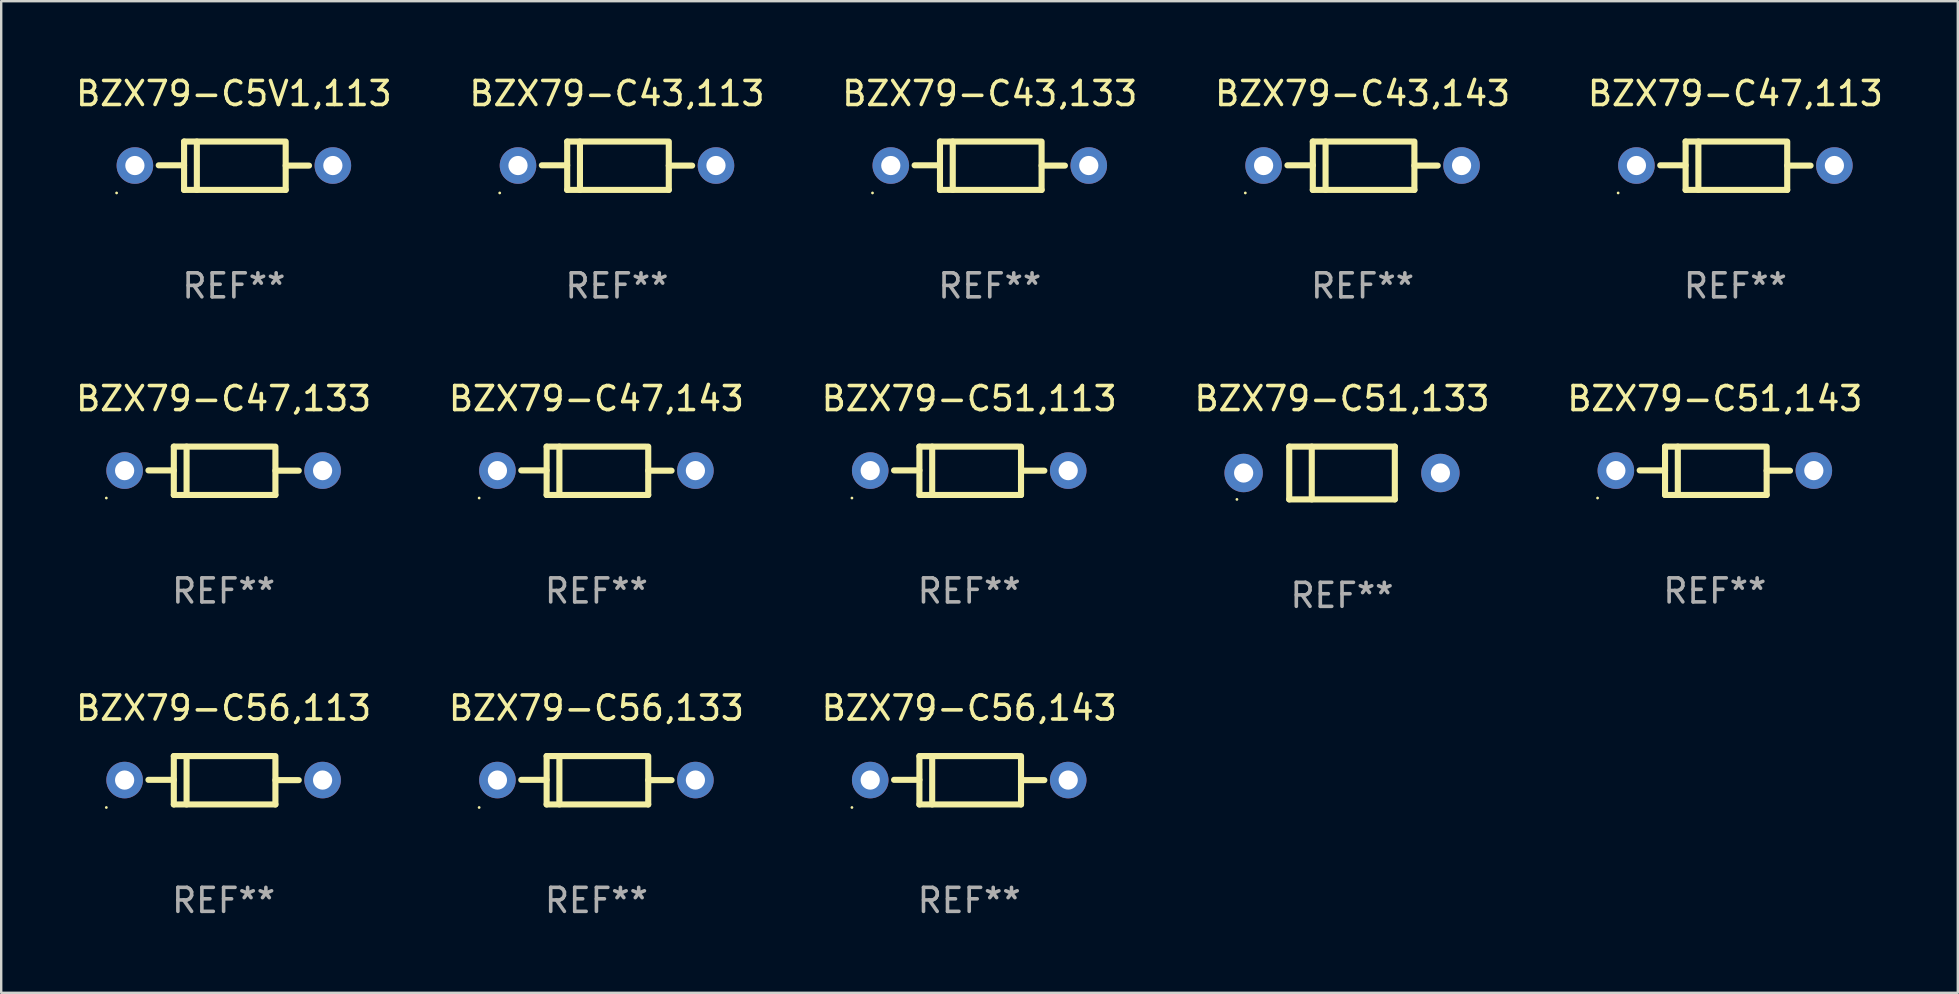
<source format=kicad_pcb>
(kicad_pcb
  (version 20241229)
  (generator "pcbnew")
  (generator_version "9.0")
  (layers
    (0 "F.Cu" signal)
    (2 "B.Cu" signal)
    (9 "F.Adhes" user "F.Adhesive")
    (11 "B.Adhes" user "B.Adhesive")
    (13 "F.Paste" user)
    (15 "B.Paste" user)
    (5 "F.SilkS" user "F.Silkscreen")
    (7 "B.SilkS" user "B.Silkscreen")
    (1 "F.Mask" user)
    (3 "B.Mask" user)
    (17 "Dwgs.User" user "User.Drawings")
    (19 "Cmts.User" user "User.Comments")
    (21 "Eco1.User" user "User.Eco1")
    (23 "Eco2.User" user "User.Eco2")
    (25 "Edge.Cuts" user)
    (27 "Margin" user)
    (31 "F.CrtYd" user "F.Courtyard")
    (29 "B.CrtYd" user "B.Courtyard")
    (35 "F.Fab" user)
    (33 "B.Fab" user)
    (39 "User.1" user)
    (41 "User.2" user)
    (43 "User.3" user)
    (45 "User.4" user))
  (footprint "BZX79-C47,133"
    (layer "F.Cu")
    (at 6.268 16.569)
    (property "Reference" "BZX79-C47,133" (at 0 -3.008 0) (layer "F.SilkS") (effects (font (size 1 1) (thickness 0.15))))
    (attr through_hole)
    (fp_line (start -2.075 -1.008) (end -2.075 1.008) (stroke (width 0.254) (type solid)) (layer "F.SilkS"))
    (fp_line (start -2.075 -0.017) (end -3.132 -0.017) (stroke (width 0.254) (type solid)) (layer "F.SilkS"))
    (fp_line (start -2.075 1.008) (end 2.159 1.008) (stroke (width 0.254) (type solid)) (layer "F.SilkS"))
    (fp_line (start -1.543 -1.008) (end -1.543 1.008) (stroke (width 0.254) (type solid)) (layer "F.SilkS"))
    (fp_line (start 2.075 -1.008) (end -2.075 -1.008) (stroke (width 0.254) (type solid)) (layer "F.SilkS"))
    (fp_line (start 2.159 -0.005) (end 3.132 -0.005) (stroke (width 0.254) (type solid)) (layer "F.SilkS"))
    (fp_line (start 2.159 1.008) (end 2.159 -1.008) (stroke (width 0.254) (type solid)) (layer "F.SilkS"))
    (fp_circle (center -4.887 1.135) (end -4.857 1.135) (stroke (width 0.06) (type solid)) (fill no) (layer "F.SilkS"))
    (fp_text user "REF**" (at 0 5.008 0) (layer "F.Fab") (effects (font (size 1 1) (thickness 0.15))))
    (pad "1" thru_hole circle (at -4.125 -0.008) (size 1.524 1.524) (drill 0.8) (layers "*.Cu" "*.Mask"))
    (pad "2" thru_hole circle (at 4.125 -0.008) (size 1.524 1.524) (drill 0.8) (layers "*.Cu" "*.Mask")))
  (footprint "BZX79-C43,113"
    (layer "F.Cu")
    (at 22.661 3.856)
    (property "Reference" "BZX79-C43,113" (at 0 -3.008 0) (layer "F.SilkS") (effects (font (size 1 1) (thickness 0.15))))
    (attr through_hole)
    (fp_line (start -2.075 -1.008) (end -2.075 1.008) (stroke (width 0.254) (type solid)) (layer "F.SilkS"))
    (fp_line (start -2.075 -0.017) (end -3.132 -0.017) (stroke (width 0.254) (type solid)) (layer "F.SilkS"))
    (fp_line (start -2.075 1.008) (end 2.159 1.008) (stroke (width 0.254) (type solid)) (layer "F.SilkS"))
    (fp_line (start -1.543 -1.008) (end -1.543 1.008) (stroke (width 0.254) (type solid)) (layer "F.SilkS"))
    (fp_line (start 2.075 -1.008) (end -2.075 -1.008) (stroke (width 0.254) (type solid)) (layer "F.SilkS"))
    (fp_line (start 2.159 -0.005) (end 3.132 -0.005) (stroke (width 0.254) (type solid)) (layer "F.SilkS"))
    (fp_line (start 2.159 1.008) (end 2.159 -1.008) (stroke (width 0.254) (type solid)) (layer "F.SilkS"))
    (fp_circle (center -4.887 1.135) (end -4.857 1.135) (stroke (width 0.06) (type solid)) (fill no) (layer "F.SilkS"))
    (fp_text user "REF**" (at 0 5.008 0) (layer "F.Fab") (effects (font (size 1 1) (thickness 0.15))))
    (pad "1" thru_hole circle (at -4.125 -0.008) (size 1.524 1.524) (drill 0.8) (layers "*.Cu" "*.Mask"))
    (pad "2" thru_hole circle (at 4.125 -0.008) (size 1.524 1.524) (drill 0.8) (layers "*.Cu" "*.Mask")))
  (footprint "BZX79-C56,143"
    (layer "F.Cu")
    (at 37.339 29.465)
    (property "Reference" "BZX79-C56,143" (at 0 -3.008 0) (layer "F.SilkS") (effects (font (size 1 1) (thickness 0.15))))
    (attr through_hole)
    (fp_line (start -2.075 -1.008) (end -2.075 1.008) (stroke (width 0.254) (type solid)) (layer "F.SilkS"))
    (fp_line (start -2.075 -0.017) (end -3.132 -0.017) (stroke (width 0.254) (type solid)) (layer "F.SilkS"))
    (fp_line (start -2.075 1.008) (end 2.159 1.008) (stroke (width 0.254) (type solid)) (layer "F.SilkS"))
    (fp_line (start -1.543 -1.008) (end -1.543 1.008) (stroke (width 0.254) (type solid)) (layer "F.SilkS"))
    (fp_line (start 2.075 -1.008) (end -2.075 -1.008) (stroke (width 0.254) (type solid)) (layer "F.SilkS"))
    (fp_line (start 2.159 -0.005) (end 3.132 -0.005) (stroke (width 0.254) (type solid)) (layer "F.SilkS"))
    (fp_line (start 2.159 1.008) (end 2.159 -1.008) (stroke (width 0.254) (type solid)) (layer "F.SilkS"))
    (fp_circle (center -4.887 1.135) (end -4.857 1.135) (stroke (width 0.06) (type solid)) (fill no) (layer "F.SilkS"))
    (fp_text user "REF**" (at 0 5.008 0) (layer "F.Fab") (effects (font (size 1 1) (thickness 0.15))))
    (pad "1" thru_hole circle (at -4.125 -0.008) (size 1.524 1.524) (drill 0.8) (layers "*.Cu" "*.Mask"))
    (pad "2" thru_hole circle (at 4.125 -0.008) (size 1.524 1.524) (drill 0.8) (layers "*.Cu" "*.Mask")))
  (footprint "BZX79-C5V1,113"
    (layer "F.Cu")
    (at 6.696 3.856)
    (property "Reference" "BZX79-C5V1,113" (at 0 -3.008 0) (layer "F.SilkS") (effects (font (size 1 1) (thickness 0.15))))
    (attr through_hole)
    (fp_line (start -2.075 -1.008) (end -2.075 1.008) (stroke (width 0.254) (type solid)) (layer "F.SilkS"))
    (fp_line (start -2.075 -0.017) (end -3.132 -0.017) (stroke (width 0.254) (type solid)) (layer "F.SilkS"))
    (fp_line (start -2.075 1.008) (end 2.159 1.008) (stroke (width 0.254) (type solid)) (layer "F.SilkS"))
    (fp_line (start -1.543 -1.008) (end -1.543 1.008) (stroke (width 0.254) (type solid)) (layer "F.SilkS"))
    (fp_line (start 2.075 -1.008) (end -2.075 -1.008) (stroke (width 0.254) (type solid)) (layer "F.SilkS"))
    (fp_line (start 2.159 -0.005) (end 3.132 -0.005) (stroke (width 0.254) (type solid)) (layer "F.SilkS"))
    (fp_line (start 2.159 1.008) (end 2.159 -1.008) (stroke (width 0.254) (type solid)) (layer "F.SilkS"))
    (fp_circle (center -4.887 1.135) (end -4.857 1.135) (stroke (width 0.06) (type solid)) (fill no) (layer "F.SilkS"))
    (fp_text user "REF**" (at 0 5.008 0) (layer "F.Fab") (effects (font (size 1 1) (thickness 0.15))))
    (pad "1" thru_hole circle (at -4.125 -0.008) (size 1.524 1.524) (drill 0.8) (layers "*.Cu" "*.Mask"))
    (pad "2" thru_hole circle (at 4.125 -0.008) (size 1.524 1.524) (drill 0.8) (layers "*.Cu" "*.Mask")))
  (footprint "BZX79-C51,133"
    (layer "F.Cu")
    (at 52.875 16.661)
    (property "Reference" "BZX79-C51,133" (at 0 -3.1 0) (layer "F.SilkS") (effects (font (size 1 1) (thickness 0.15))))
    (attr through_hole)
    (fp_line (start -2.2 -1.1) (end -2.2 1.1) (stroke (width 0.254) (type solid)) (layer "F.SilkS"))
    (fp_line (start -2.2 -1.1) (end 2.2 -1.1) (stroke (width 0.254) (type solid)) (layer "F.SilkS"))
    (fp_line (start -2.2 1.1) (end 2.2 1.1) (stroke (width 0.254) (type solid)) (layer "F.SilkS"))
    (fp_line (start -1.261 -1.1) (end -1.261 1.1) (stroke (width 0.254) (type solid)) (layer "F.SilkS"))
    (fp_line (start 2.2 -1.1) (end 2.2 1.1) (stroke (width 0.254) (type solid)) (layer "F.SilkS"))
    (fp_circle (center -4.38 1.1) (end -4.35 1.1) (stroke (width 0.06) (type solid)) (fill no) (layer "F.SilkS"))
    (fp_text user "REF**" (at 0 5.1 0) (layer "F.Fab") (effects (font (size 1 1) (thickness 0.15))))
    (pad "1" thru_hole circle (at -4.1 0) (size 1.6 1.6) (drill 0.8) (layers "*.Cu" "*.Mask"))
    (pad "2" thru_hole circle (at 4.1 0) (size 1.6 1.6) (drill 0.8) (layers "*.Cu" "*.Mask")))
  (footprint "BZX79-C51,113"
    (layer "F.Cu")
    (at 37.339 16.569)
    (property "Reference" "BZX79-C51,113" (at 0 -3.008 0) (layer "F.SilkS") (effects (font (size 1 1) (thickness 0.15))))
    (attr through_hole)
    (fp_line (start -2.075 -1.008) (end -2.075 1.008) (stroke (width 0.254) (type solid)) (layer "F.SilkS"))
    (fp_line (start -2.075 -0.017) (end -3.132 -0.017) (stroke (width 0.254) (type solid)) (layer "F.SilkS"))
    (fp_line (start -2.075 1.008) (end 2.159 1.008) (stroke (width 0.254) (type solid)) (layer "F.SilkS"))
    (fp_line (start -1.543 -1.008) (end -1.543 1.008) (stroke (width 0.254) (type solid)) (layer "F.SilkS"))
    (fp_line (start 2.075 -1.008) (end -2.075 -1.008) (stroke (width 0.254) (type solid)) (layer "F.SilkS"))
    (fp_line (start 2.159 -0.005) (end 3.132 -0.005) (stroke (width 0.254) (type solid)) (layer "F.SilkS"))
    (fp_line (start 2.159 1.008) (end 2.159 -1.008) (stroke (width 0.254) (type solid)) (layer "F.SilkS"))
    (fp_circle (center -4.887 1.135) (end -4.857 1.135) (stroke (width 0.06) (type solid)) (fill no) (layer "F.SilkS"))
    (fp_text user "REF**" (at 0 5.008 0) (layer "F.Fab") (effects (font (size 1 1) (thickness 0.15))))
    (pad "1" thru_hole circle (at -4.125 -0.008) (size 1.524 1.524) (drill 0.8) (layers "*.Cu" "*.Mask"))
    (pad "2" thru_hole circle (at 4.125 -0.008) (size 1.524 1.524) (drill 0.8) (layers "*.Cu" "*.Mask")))
  (footprint "BZX79-C43,133"
    (layer "F.Cu")
    (at 38.196 3.856)
    (property "Reference" "BZX79-C43,133" (at 0 -3.008 0) (layer "F.SilkS") (effects (font (size 1 1) (thickness 0.15))))
    (attr through_hole)
    (fp_line (start -2.075 -1.008) (end -2.075 1.008) (stroke (width 0.254) (type solid)) (layer "F.SilkS"))
    (fp_line (start -2.075 -0.017) (end -3.132 -0.017) (stroke (width 0.254) (type solid)) (layer "F.SilkS"))
    (fp_line (start -2.075 1.008) (end 2.159 1.008) (stroke (width 0.254) (type solid)) (layer "F.SilkS"))
    (fp_line (start -1.543 -1.008) (end -1.543 1.008) (stroke (width 0.254) (type solid)) (layer "F.SilkS"))
    (fp_line (start 2.075 -1.008) (end -2.075 -1.008) (stroke (width 0.254) (type solid)) (layer "F.SilkS"))
    (fp_line (start 2.159 -0.005) (end 3.132 -0.005) (stroke (width 0.254) (type solid)) (layer "F.SilkS"))
    (fp_line (start 2.159 1.008) (end 2.159 -1.008) (stroke (width 0.254) (type solid)) (layer "F.SilkS"))
    (fp_circle (center -4.887 1.135) (end -4.857 1.135) (stroke (width 0.06) (type solid)) (fill no) (layer "F.SilkS"))
    (fp_text user "REF**" (at 0 5.008 0) (layer "F.Fab") (effects (font (size 1 1) (thickness 0.15))))
    (pad "1" thru_hole circle (at -4.125 -0.008) (size 1.524 1.524) (drill 0.8) (layers "*.Cu" "*.Mask"))
    (pad "2" thru_hole circle (at 4.125 -0.008) (size 1.524 1.524) (drill 0.8) (layers "*.Cu" "*.Mask")))
  (footprint "BZX79-C47,143"
    (layer "F.Cu")
    (at 21.804 16.569)
    (property "Reference" "BZX79-C47,143" (at 0 -3.008 0) (layer "F.SilkS") (effects (font (size 1 1) (thickness 0.15))))
    (attr through_hole)
    (fp_line (start -2.075 -1.008) (end -2.075 1.008) (stroke (width 0.254) (type solid)) (layer "F.SilkS"))
    (fp_line (start -2.075 -0.017) (end -3.132 -0.017) (stroke (width 0.254) (type solid)) (layer "F.SilkS"))
    (fp_line (start -2.075 1.008) (end 2.159 1.008) (stroke (width 0.254) (type solid)) (layer "F.SilkS"))
    (fp_line (start -1.543 -1.008) (end -1.543 1.008) (stroke (width 0.254) (type solid)) (layer "F.SilkS"))
    (fp_line (start 2.075 -1.008) (end -2.075 -1.008) (stroke (width 0.254) (type solid)) (layer "F.SilkS"))
    (fp_line (start 2.159 -0.005) (end 3.132 -0.005) (stroke (width 0.254) (type solid)) (layer "F.SilkS"))
    (fp_line (start 2.159 1.008) (end 2.159 -1.008) (stroke (width 0.254) (type solid)) (layer "F.SilkS"))
    (fp_circle (center -4.887 1.135) (end -4.857 1.135) (stroke (width 0.06) (type solid)) (fill no) (layer "F.SilkS"))
    (fp_text user "REF**" (at 0 5.008 0) (layer "F.Fab") (effects (font (size 1 1) (thickness 0.15))))
    (pad "1" thru_hole circle (at -4.125 -0.008) (size 1.524 1.524) (drill 0.8) (layers "*.Cu" "*.Mask"))
    (pad "2" thru_hole circle (at 4.125 -0.008) (size 1.524 1.524) (drill 0.8) (layers "*.Cu" "*.Mask")))
  (footprint "BZX79-C43,143"
    (layer "F.Cu")
    (at 53.732 3.856)
    (property "Reference" "BZX79-C43,143" (at 0 -3.008 0) (layer "F.SilkS") (effects (font (size 1 1) (thickness 0.15))))
    (attr through_hole)
    (fp_line (start -2.075 -1.008) (end -2.075 1.008) (stroke (width 0.254) (type solid)) (layer "F.SilkS"))
    (fp_line (start -2.075 -0.017) (end -3.132 -0.017) (stroke (width 0.254) (type solid)) (layer "F.SilkS"))
    (fp_line (start -2.075 1.008) (end 2.159 1.008) (stroke (width 0.254) (type solid)) (layer "F.SilkS"))
    (fp_line (start -1.543 -1.008) (end -1.543 1.008) (stroke (width 0.254) (type solid)) (layer "F.SilkS"))
    (fp_line (start 2.075 -1.008) (end -2.075 -1.008) (stroke (width 0.254) (type solid)) (layer "F.SilkS"))
    (fp_line (start 2.159 -0.005) (end 3.132 -0.005) (stroke (width 0.254) (type solid)) (layer "F.SilkS"))
    (fp_line (start 2.159 1.008) (end 2.159 -1.008) (stroke (width 0.254) (type solid)) (layer "F.SilkS"))
    (fp_circle (center -4.887 1.135) (end -4.857 1.135) (stroke (width 0.06) (type solid)) (fill no) (layer "F.SilkS"))
    (fp_text user "REF**" (at 0 5.008 0) (layer "F.Fab") (effects (font (size 1 1) (thickness 0.15))))
    (pad "1" thru_hole circle (at -4.125 -0.008) (size 1.524 1.524) (drill 0.8) (layers "*.Cu" "*.Mask"))
    (pad "2" thru_hole circle (at 4.125 -0.008) (size 1.524 1.524) (drill 0.8) (layers "*.Cu" "*.Mask")))
  (footprint "BZX79-C47,113"
    (layer "F.Cu")
    (at 69.268 3.856)
    (property "Reference" "BZX79-C47,113" (at 0 -3.008 0) (layer "F.SilkS") (effects (font (size 1 1) (thickness 0.15))))
    (attr through_hole)
    (fp_line (start -2.075 -1.008) (end -2.075 1.008) (stroke (width 0.254) (type solid)) (layer "F.SilkS"))
    (fp_line (start -2.075 -0.017) (end -3.132 -0.017) (stroke (width 0.254) (type solid)) (layer "F.SilkS"))
    (fp_line (start -2.075 1.008) (end 2.159 1.008) (stroke (width 0.254) (type solid)) (layer "F.SilkS"))
    (fp_line (start -1.543 -1.008) (end -1.543 1.008) (stroke (width 0.254) (type solid)) (layer "F.SilkS"))
    (fp_line (start 2.075 -1.008) (end -2.075 -1.008) (stroke (width 0.254) (type solid)) (layer "F.SilkS"))
    (fp_line (start 2.159 -0.005) (end 3.132 -0.005) (stroke (width 0.254) (type solid)) (layer "F.SilkS"))
    (fp_line (start 2.159 1.008) (end 2.159 -1.008) (stroke (width 0.254) (type solid)) (layer "F.SilkS"))
    (fp_circle (center -4.887 1.135) (end -4.857 1.135) (stroke (width 0.06) (type solid)) (fill no) (layer "F.SilkS"))
    (fp_text user "REF**" (at 0 5.008 0) (layer "F.Fab") (effects (font (size 1 1) (thickness 0.15))))
    (pad "1" thru_hole circle (at -4.125 -0.008) (size 1.524 1.524) (drill 0.8) (layers "*.Cu" "*.Mask"))
    (pad "2" thru_hole circle (at 4.125 -0.008) (size 1.524 1.524) (drill 0.8) (layers "*.Cu" "*.Mask")))
  (footprint "BZX79-C56,133"
    (layer "F.Cu")
    (at 21.804 29.465)
    (property "Reference" "BZX79-C56,133" (at 0 -3.008 0) (layer "F.SilkS") (effects (font (size 1 1) (thickness 0.15))))
    (attr through_hole)
    (fp_line (start -2.075 -1.008) (end -2.075 1.008) (stroke (width 0.254) (type solid)) (layer "F.SilkS"))
    (fp_line (start -2.075 -0.017) (end -3.132 -0.017) (stroke (width 0.254) (type solid)) (layer "F.SilkS"))
    (fp_line (start -2.075 1.008) (end 2.159 1.008) (stroke (width 0.254) (type solid)) (layer "F.SilkS"))
    (fp_line (start -1.543 -1.008) (end -1.543 1.008) (stroke (width 0.254) (type solid)) (layer "F.SilkS"))
    (fp_line (start 2.075 -1.008) (end -2.075 -1.008) (stroke (width 0.254) (type solid)) (layer "F.SilkS"))
    (fp_line (start 2.159 -0.005) (end 3.132 -0.005) (stroke (width 0.254) (type solid)) (layer "F.SilkS"))
    (fp_line (start 2.159 1.008) (end 2.159 -1.008) (stroke (width 0.254) (type solid)) (layer "F.SilkS"))
    (fp_circle (center -4.887 1.135) (end -4.857 1.135) (stroke (width 0.06) (type solid)) (fill no) (layer "F.SilkS"))
    (fp_text user "REF**" (at 0 5.008 0) (layer "F.Fab") (effects (font (size 1 1) (thickness 0.15))))
    (pad "1" thru_hole circle (at -4.125 -0.008) (size 1.524 1.524) (drill 0.8) (layers "*.Cu" "*.Mask"))
    (pad "2" thru_hole circle (at 4.125 -0.008) (size 1.524 1.524) (drill 0.8) (layers "*.Cu" "*.Mask")))
  (footprint "BZX79-C56,113"
    (layer "F.Cu")
    (at 6.268 29.465)
    (property "Reference" "BZX79-C56,113" (at 0 -3.008 0) (layer "F.SilkS") (effects (font (size 1 1) (thickness 0.15))))
    (attr through_hole)
    (fp_line (start -2.075 -1.008) (end -2.075 1.008) (stroke (width 0.254) (type solid)) (layer "F.SilkS"))
    (fp_line (start -2.075 -0.017) (end -3.132 -0.017) (stroke (width 0.254) (type solid)) (layer "F.SilkS"))
    (fp_line (start -2.075 1.008) (end 2.159 1.008) (stroke (width 0.254) (type solid)) (layer "F.SilkS"))
    (fp_line (start -1.543 -1.008) (end -1.543 1.008) (stroke (width 0.254) (type solid)) (layer "F.SilkS"))
    (fp_line (start 2.075 -1.008) (end -2.075 -1.008) (stroke (width 0.254) (type solid)) (layer "F.SilkS"))
    (fp_line (start 2.159 -0.005) (end 3.132 -0.005) (stroke (width 0.254) (type solid)) (layer "F.SilkS"))
    (fp_line (start 2.159 1.008) (end 2.159 -1.008) (stroke (width 0.254) (type solid)) (layer "F.SilkS"))
    (fp_circle (center -4.887 1.135) (end -4.857 1.135) (stroke (width 0.06) (type solid)) (fill no) (layer "F.SilkS"))
    (fp_text user "REF**" (at 0 5.008 0) (layer "F.Fab") (effects (font (size 1 1) (thickness 0.15))))
    (pad "1" thru_hole circle (at -4.125 -0.008) (size 1.524 1.524) (drill 0.8) (layers "*.Cu" "*.Mask"))
    (pad "2" thru_hole circle (at 4.125 -0.008) (size 1.524 1.524) (drill 0.8) (layers "*.Cu" "*.Mask")))
  (footprint "BZX79-C51,143"
    (layer "F.Cu")
    (at 68.411 16.569)
    (property "Reference" "BZX79-C51,143" (at 0 -3.008 0) (layer "F.SilkS") (effects (font (size 1 1) (thickness 0.15))))
    (attr through_hole)
    (fp_line (start -2.075 -1.008) (end -2.075 1.008) (stroke (width 0.254) (type solid)) (layer "F.SilkS"))
    (fp_line (start -2.075 -0.017) (end -3.132 -0.017) (stroke (width 0.254) (type solid)) (layer "F.SilkS"))
    (fp_line (start -2.075 1.008) (end 2.159 1.008) (stroke (width 0.254) (type solid)) (layer "F.SilkS"))
    (fp_line (start -1.543 -1.008) (end -1.543 1.008) (stroke (width 0.254) (type solid)) (layer "F.SilkS"))
    (fp_line (start 2.075 -1.008) (end -2.075 -1.008) (stroke (width 0.254) (type solid)) (layer "F.SilkS"))
    (fp_line (start 2.159 -0.005) (end 3.132 -0.005) (stroke (width 0.254) (type solid)) (layer "F.SilkS"))
    (fp_line (start 2.159 1.008) (end 2.159 -1.008) (stroke (width 0.254) (type solid)) (layer "F.SilkS"))
    (fp_circle (center -4.887 1.135) (end -4.857 1.135) (stroke (width 0.06) (type solid)) (fill no) (layer "F.SilkS"))
    (fp_text user "REF**" (at 0 5.008 0) (layer "F.Fab") (effects (font (size 1 1) (thickness 0.15))))
    (pad "1" thru_hole circle (at -4.125 -0.008) (size 1.524 1.524) (drill 0.8) (layers "*.Cu" "*.Mask"))
    (pad "2" thru_hole circle (at 4.125 -0.008) (size 1.524 1.524) (drill 0.8) (layers "*.Cu" "*.Mask")))
  (gr_rect
    (start -3 -3)
    (end 78.536 38.322)
    (stroke (width 0.1) (type default))
    (fill no)
    (layer "Edge.Cuts")))
</source>
